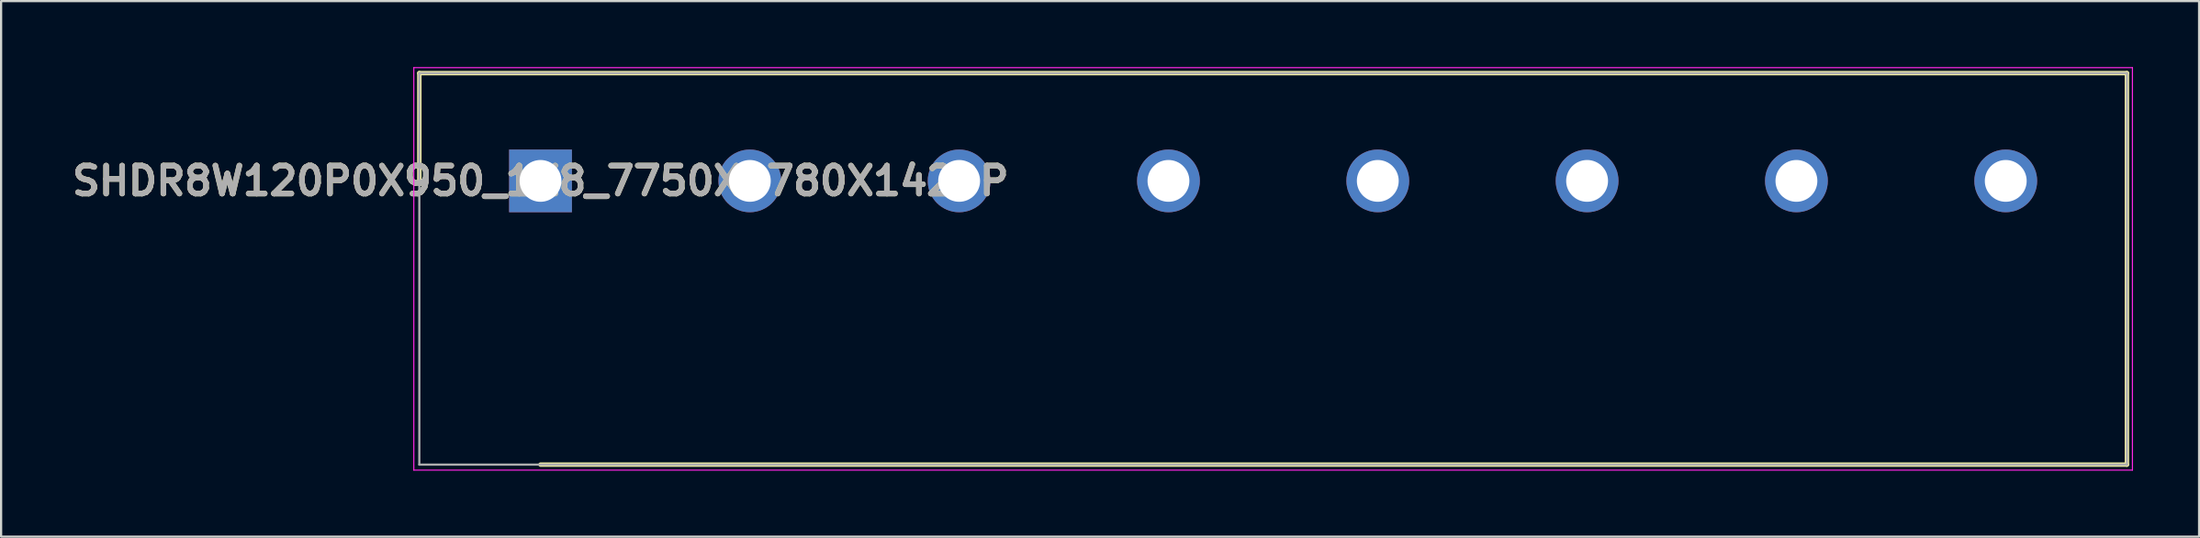
<source format=kicad_pcb>
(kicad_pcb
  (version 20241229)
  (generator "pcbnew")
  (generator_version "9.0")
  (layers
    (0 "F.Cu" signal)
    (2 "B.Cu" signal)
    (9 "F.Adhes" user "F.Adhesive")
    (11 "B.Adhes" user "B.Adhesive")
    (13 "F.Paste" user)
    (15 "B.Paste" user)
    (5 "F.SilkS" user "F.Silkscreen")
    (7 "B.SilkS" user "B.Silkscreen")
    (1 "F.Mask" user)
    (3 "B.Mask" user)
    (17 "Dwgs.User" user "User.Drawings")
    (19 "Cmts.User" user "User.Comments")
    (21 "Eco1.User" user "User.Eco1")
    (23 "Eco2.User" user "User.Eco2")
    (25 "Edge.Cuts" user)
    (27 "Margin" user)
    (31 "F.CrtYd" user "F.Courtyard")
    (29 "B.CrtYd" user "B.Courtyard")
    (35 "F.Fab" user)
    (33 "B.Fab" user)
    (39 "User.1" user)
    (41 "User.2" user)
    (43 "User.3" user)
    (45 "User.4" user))
  (footprint "SHDR8W120P0X950_1X8_7750X1780X1420P"
    (layer "F.Cu")
    (at 21.481 5.175)
    (property "Reference" "SHDR8W120P0X950_1X8_7750X1780X1420P" (at 0 0 0) (layer "F.SilkS") (effects (font (size 1.27 1.27) (thickness 0.254))))
    (attr through_hole)
    (fp_line (start -5.5 -4.9) (end -5.5 0) (stroke (width 0.2) (type solid)) (layer "F.SilkS"))
    (fp_line (start 0 12.9) (end 72 12.9) (stroke (width 0.2) (type solid)) (layer "F.SilkS"))
    (fp_line (start 72 -4.9) (end -5.5 -4.9) (stroke (width 0.2) (type solid)) (layer "F.SilkS"))
    (fp_line (start 72 12.9) (end 72 -4.9) (stroke (width 0.2) (type solid)) (layer "F.SilkS"))
    (fp_line (start -5.75 -5.15) (end 72.25 -5.15) (stroke (width 0.05) (type solid)) (layer "F.CrtYd"))
    (fp_line (start -5.75 13.15) (end -5.75 -5.15) (stroke (width 0.05) (type solid)) (layer "F.CrtYd"))
    (fp_line (start 72.25 -5.15) (end 72.25 13.15) (stroke (width 0.05) (type solid)) (layer "F.CrtYd"))
    (fp_line (start 72.25 13.15) (end -5.75 13.15) (stroke (width 0.05) (type solid)) (layer "F.CrtYd"))
    (fp_line (start -5.5 -4.9) (end 72 -4.9) (stroke (width 0.1) (type solid)) (layer "F.Fab"))
    (fp_line (start -5.5 12.9) (end -5.5 -4.9) (stroke (width 0.1) (type solid)) (layer "F.Fab"))
    (fp_line (start 72 -4.9) (end 72 12.9) (stroke (width 0.1) (type solid)) (layer "F.Fab"))
    (fp_line (start 72 12.9) (end -5.5 12.9) (stroke (width 0.1) (type solid)) (layer "F.Fab"))
    (fp_text user "${REFERENCE}" (at 0 0 0) (layer "F.Fab") (effects (font (size 1.27 1.27) (thickness 0.254))))
    (pad "1" thru_hole rect (at 0 0) (size 2.85 2.85) (drill 1.9) (layers "*.Cu" "*.Mask"))
    (pad "2" thru_hole circle (at 9.5 0) (size 2.85 2.85) (drill 1.9) (layers "*.Cu" "*.Mask"))
    (pad "3" thru_hole circle (at 19 0) (size 2.85 2.85) (drill 1.9) (layers "*.Cu" "*.Mask"))
    (pad "4" thru_hole circle (at 28.5 0) (size 2.85 2.85) (drill 1.9) (layers "*.Cu" "*.Mask"))
    (pad "5" thru_hole circle (at 38 0) (size 2.85 2.85) (drill 1.9) (layers "*.Cu" "*.Mask"))
    (pad "6" thru_hole circle (at 47.5 0) (size 2.85 2.85) (drill 1.9) (layers "*.Cu" "*.Mask"))
    (pad "7" thru_hole circle (at 57 0) (size 2.85 2.85) (drill 1.9) (layers "*.Cu" "*.Mask"))
    (pad "8" thru_hole circle (at 66.5 0) (size 2.85 2.85) (drill 1.9) (layers "*.Cu" "*.Mask")))
  (gr_rect
    (start -3 -3)
    (end 96.756 21.35)
    (stroke (width 0.1) (type default))
    (fill no)
    (layer "Edge.Cuts")))
</source>
